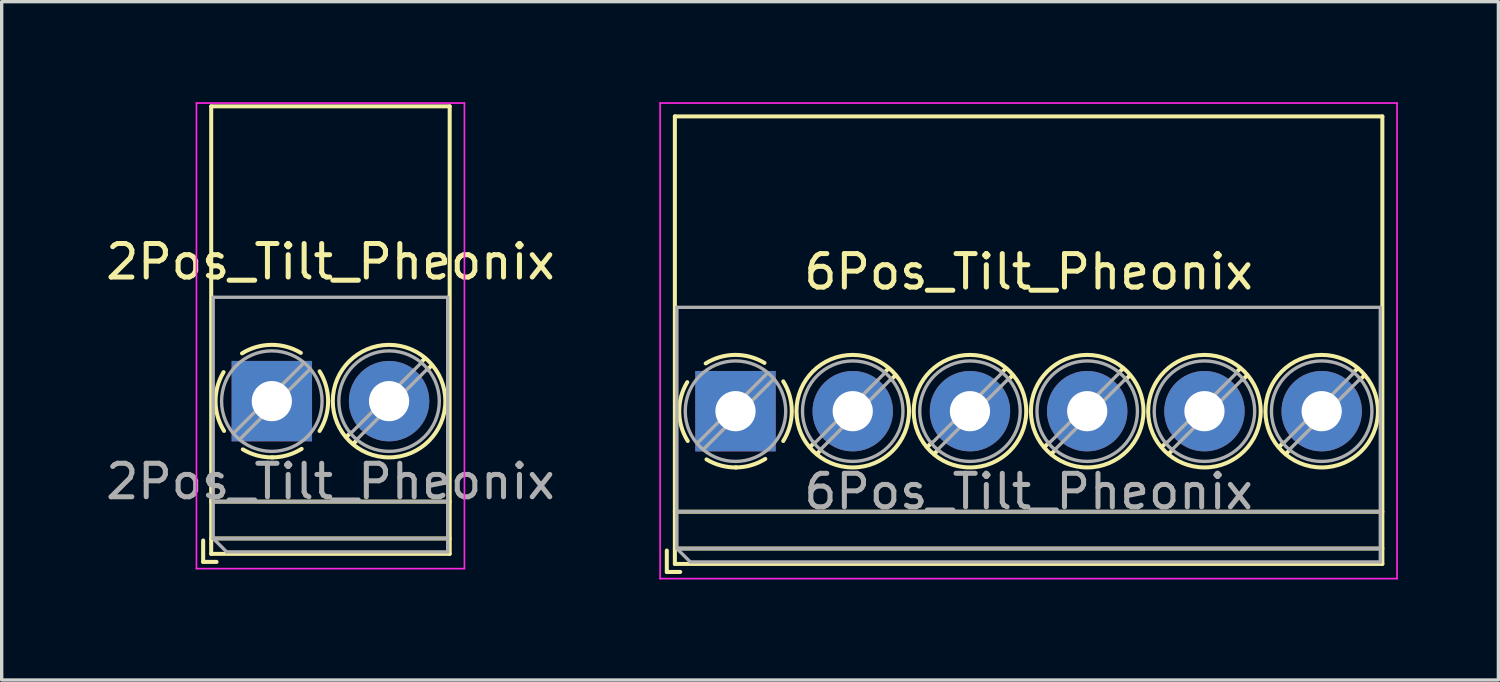
<source format=kicad_pcb>
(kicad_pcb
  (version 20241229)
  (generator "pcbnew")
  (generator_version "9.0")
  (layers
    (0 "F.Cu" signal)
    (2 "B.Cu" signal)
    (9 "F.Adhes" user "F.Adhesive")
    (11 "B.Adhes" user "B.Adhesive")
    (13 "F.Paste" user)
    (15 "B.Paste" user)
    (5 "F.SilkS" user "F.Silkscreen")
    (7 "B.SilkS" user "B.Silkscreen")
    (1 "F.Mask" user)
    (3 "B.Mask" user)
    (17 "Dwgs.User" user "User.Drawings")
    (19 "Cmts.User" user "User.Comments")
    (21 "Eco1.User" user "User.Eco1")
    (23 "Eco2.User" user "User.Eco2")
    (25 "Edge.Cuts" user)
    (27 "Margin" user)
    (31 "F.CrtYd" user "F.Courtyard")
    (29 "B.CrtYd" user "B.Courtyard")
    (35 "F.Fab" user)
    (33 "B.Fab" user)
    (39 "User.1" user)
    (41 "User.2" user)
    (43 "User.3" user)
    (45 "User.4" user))
  (footprint "6Pos_Tilt_Pheonix"
    (layer "F.Cu")
    (at 18.907 9.225)
    (property "Reference" "6Pos_Tilt_Pheonix" (at 8.75 -4.16 0) (layer "F.SilkS") (effects (font (size 1 1) (thickness 0.15))))
    (attr through_hole)
    (fp_line (start -2.05 4.16) (end -2.05 4.8) (stroke (width 0.12) (type solid)) (layer "F.SilkS"))
    (fp_line (start -2.05 4.8) (end -1.65 4.8) (stroke (width 0.12) (type solid)) (layer "F.SilkS"))
    (fp_line (start -1.81 -8.8) (end -1.81 4.56) (stroke (width 0.12) (type solid)) (layer "F.SilkS"))
    (fp_line (start -1.81 -8.8) (end 19.311 -8.8) (stroke (width 0.12) (type solid)) (layer "F.SilkS"))
    (fp_line (start -1.81 3) (end 19.311 3) (stroke (width 0.12) (type solid)) (layer "F.SilkS"))
    (fp_line (start -1.81 4.1) (end 19.311 4.1) (stroke (width 0.12) (type solid)) (layer "F.SilkS"))
    (fp_line (start -1.81 4.56) (end 19.311 4.56) (stroke (width 0.12) (type solid)) (layer "F.SilkS"))
    (fp_line (start 2.355 0.941) (end 2.226 1.069) (stroke (width 0.12) (type solid)) (layer "F.SilkS"))
    (fp_line (start 2.525 1.181) (end 2.431 1.274) (stroke (width 0.12) (type solid)) (layer "F.SilkS"))
    (fp_line (start 4.57 -1.275) (end 4.476 -1.181) (stroke (width 0.12) (type solid)) (layer "F.SilkS"))
    (fp_line (start 4.775 -1.069) (end 4.646 -0.941) (stroke (width 0.12) (type solid)) (layer "F.SilkS"))
    (fp_line (start 5.855 0.941) (end 5.726 1.069) (stroke (width 0.12) (type solid)) (layer "F.SilkS"))
    (fp_line (start 6.025 1.181) (end 5.931 1.274) (stroke (width 0.12) (type solid)) (layer "F.SilkS"))
    (fp_line (start 8.07 -1.275) (end 7.976 -1.181) (stroke (width 0.12) (type solid)) (layer "F.SilkS"))
    (fp_line (start 8.275 -1.069) (end 8.146 -0.941) (stroke (width 0.12) (type solid)) (layer "F.SilkS"))
    (fp_line (start 9.355 0.941) (end 9.226 1.069) (stroke (width 0.12) (type solid)) (layer "F.SilkS"))
    (fp_line (start 9.525 1.181) (end 9.431 1.274) (stroke (width 0.12) (type solid)) (layer "F.SilkS"))
    (fp_line (start 11.57 -1.275) (end 11.476 -1.181) (stroke (width 0.12) (type solid)) (layer "F.SilkS"))
    (fp_line (start 11.775 -1.069) (end 11.646 -0.941) (stroke (width 0.12) (type solid)) (layer "F.SilkS"))
    (fp_line (start 12.855 0.941) (end 12.726 1.069) (stroke (width 0.12) (type solid)) (layer "F.SilkS"))
    (fp_line (start 13.025 1.181) (end 12.931 1.274) (stroke (width 0.12) (type solid)) (layer "F.SilkS"))
    (fp_line (start 15.07 -1.275) (end 14.976 -1.181) (stroke (width 0.12) (type solid)) (layer "F.SilkS"))
    (fp_line (start 15.275 -1.069) (end 15.146 -0.941) (stroke (width 0.12) (type solid)) (layer "F.SilkS"))
    (fp_line (start 16.355 0.941) (end 16.226 1.069) (stroke (width 0.12) (type solid)) (layer "F.SilkS"))
    (fp_line (start 16.525 1.181) (end 16.431 1.274) (stroke (width 0.12) (type solid)) (layer "F.SilkS"))
    (fp_line (start 18.57 -1.275) (end 18.476 -1.181) (stroke (width 0.12) (type solid)) (layer "F.SilkS"))
    (fp_line (start 18.775 -1.069) (end 18.646 -0.941) (stroke (width 0.12) (type solid)) (layer "F.SilkS"))
    (fp_line (start 19.311 -8.8) (end 19.311 4.56) (stroke (width 0.12) (type solid)) (layer "F.SilkS"))
    (fp_arc (start -1.425358 0.889894) (mid -1.680286 0.014012) (end -1.44 -0.866) (stroke (width 0.12) (type solid)) (layer "F.SilkS"))
    (fp_arc (start -0.889894 -1.425358) (mid -0.014012 -1.680286) (end 0.866 -1.44) (stroke (width 0.12) (type solid)) (layer "F.SilkS"))
    (fp_arc (start 0.028674 1.680099) (mid -0.435535 1.622918) (end -0.866 1.44) (stroke (width 0.12) (type solid)) (layer "F.SilkS"))
    (fp_arc (start 0.890264 1.424721) (mid 0.463071 1.61492) (end 0 1.68) (stroke (width 0.12) (type solid)) (layer "F.SilkS"))
    (fp_arc (start 1.425504 -0.890193) (mid 1.680626 0.000476) (end 1.425 0.891) (stroke (width 0.12) (type solid)) (layer "F.SilkS"))
    (fp_circle (center 3.5 0) (end 5.18 0) (stroke (width 0.12) (type solid)) (fill no) (layer "F.SilkS"))
    (fp_circle (center 7 0) (end 8.68 0) (stroke (width 0.12) (type solid)) (fill no) (layer "F.SilkS"))
    (fp_circle (center 10.5 0) (end 12.18 0) (stroke (width 0.12) (type solid)) (fill no) (layer "F.SilkS"))
    (fp_circle (center 14 0) (end 15.68 0) (stroke (width 0.12) (type solid)) (fill no) (layer "F.SilkS"))
    (fp_circle (center 17.5 0) (end 19.18 0) (stroke (width 0.12) (type solid)) (fill no) (layer "F.SilkS"))
    (fp_line (start -2.25 -9.2) (end -2.25 5) (stroke (width 0.05) (type solid)) (layer "F.CrtYd"))
    (fp_line (start -2.25 5) (end 19.75 5) (stroke (width 0.05) (type solid)) (layer "F.CrtYd"))
    (fp_line (start 19.748 -9.2) (end -2.252 -9.2) (stroke (width 0.05) (type solid)) (layer "F.CrtYd"))
    (fp_line (start 19.75 5) (end 19.75 -9.2) (stroke (width 0.05) (type solid)) (layer "F.CrtYd"))
    (fp_line (start -1.75 -3.1) (end 19.25 -3.1) (stroke (width 0.1) (type solid)) (layer "F.Fab"))
    (fp_line (start -1.75 3) (end 19.25 3) (stroke (width 0.1) (type solid)) (layer "F.Fab"))
    (fp_line (start -1.75 4.1) (end -1.75 -3.1) (stroke (width 0.1) (type solid)) (layer "F.Fab"))
    (fp_line (start -1.75 4.1) (end 19.25 4.1) (stroke (width 0.1) (type solid)) (layer "F.Fab"))
    (fp_line (start -1.35 4.5) (end -1.75 4.1) (stroke (width 0.1) (type solid)) (layer "F.Fab"))
    (fp_line (start 0.955 -1.138) (end -1.138 0.955) (stroke (width 0.1) (type solid)) (layer "F.Fab"))
    (fp_line (start 1.138 -0.955) (end -0.955 1.138) (stroke (width 0.1) (type solid)) (layer "F.Fab"))
    (fp_line (start 4.455 -1.138) (end 2.363 0.955) (stroke (width 0.1) (type solid)) (layer "F.Fab"))
    (fp_line (start 4.638 -0.955) (end 2.546 1.138) (stroke (width 0.1) (type solid)) (layer "F.Fab"))
    (fp_line (start 7.955 -1.138) (end 5.863 0.955) (stroke (width 0.1) (type solid)) (layer "F.Fab"))
    (fp_line (start 8.138 -0.955) (end 6.046 1.138) (stroke (width 0.1) (type solid)) (layer "F.Fab"))
    (fp_line (start 11.455 -1.138) (end 9.363 0.955) (stroke (width 0.1) (type solid)) (layer "F.Fab"))
    (fp_line (start 11.638 -0.955) (end 9.546 1.138) (stroke (width 0.1) (type solid)) (layer "F.Fab"))
    (fp_line (start 14.955 -1.138) (end 12.863 0.955) (stroke (width 0.1) (type solid)) (layer "F.Fab"))
    (fp_line (start 15.138 -0.955) (end 13.046 1.138) (stroke (width 0.1) (type solid)) (layer "F.Fab"))
    (fp_line (start 18.455 -1.138) (end 16.363 0.955) (stroke (width 0.1) (type solid)) (layer "F.Fab"))
    (fp_line (start 18.638 -0.955) (end 16.546 1.138) (stroke (width 0.1) (type solid)) (layer "F.Fab"))
    (fp_line (start 19.25 -3.1) (end 19.25 4.5) (stroke (width 0.1) (type solid)) (layer "F.Fab"))
    (fp_line (start 19.25 4.5) (end -1.35 4.5) (stroke (width 0.1) (type solid)) (layer "F.Fab"))
    (fp_circle (center 0 0) (end 1.5 0) (stroke (width 0.1) (type solid)) (fill no) (layer "F.Fab"))
    (fp_circle (center 3.5 0) (end 5 0) (stroke (width 0.1) (type solid)) (fill no) (layer "F.Fab"))
    (fp_circle (center 7 0) (end 8.5 0) (stroke (width 0.1) (type solid)) (fill no) (layer "F.Fab"))
    (fp_circle (center 10.5 0) (end 12 0) (stroke (width 0.1) (type solid)) (fill no) (layer "F.Fab"))
    (fp_circle (center 14 0) (end 15.5 0) (stroke (width 0.1) (type solid)) (fill no) (layer "F.Fab"))
    (fp_circle (center 17.5 0) (end 19 0) (stroke (width 0.1) (type solid)) (fill no) (layer "F.Fab"))
    (fp_text user "${REFERENCE}" (at 8.75 2.4 0) (layer "F.Fab") (effects (font (size 1 1) (thickness 0.15))))
    (pad "1" thru_hole rect (at 0 0) (size 2.4 2.4) (drill 1.2) (layers "*.Cu" "*.Mask"))
    (pad "2" thru_hole circle (at 3.5 0) (size 2.4 2.4) (drill 1.2) (layers "*.Cu" "*.Mask"))
    (pad "3" thru_hole circle (at 7 0) (size 2.4 2.4) (drill 1.2) (layers "*.Cu" "*.Mask"))
    (pad "4" thru_hole circle (at 10.5 0) (size 2.4 2.4) (drill 1.2) (layers "*.Cu" "*.Mask"))
    (pad "5" thru_hole circle (at 14 0) (size 2.4 2.4) (drill 1.2) (layers "*.Cu" "*.Mask"))
    (pad "6" thru_hole circle (at 17.5 0) (size 2.4 2.4) (drill 1.2) (layers "*.Cu" "*.Mask")))
  (footprint "2Pos_Tilt_Pheonix"
    (layer "F.Cu")
    (at 5.065 8.925)
    (property "Reference" "2Pos_Tilt_Pheonix" (at 1.75 -4.16 0) (layer "F.SilkS") (effects (font (size 1 1) (thickness 0.15))))
    (attr through_hole)
    (fp_line (start -2.05 4.16) (end -2.05 4.8) (stroke (width 0.12) (type solid)) (layer "F.SilkS"))
    (fp_line (start -2.05 4.8) (end -1.65 4.8) (stroke (width 0.12) (type solid)) (layer "F.SilkS"))
    (fp_line (start -1.81 -8.8) (end -1.81 4.56) (stroke (width 0.12) (type solid)) (layer "F.SilkS"))
    (fp_line (start -1.81 -8.8) (end 5.31 -8.8) (stroke (width 0.12) (type solid)) (layer "F.SilkS"))
    (fp_line (start -1.81 3) (end 5.31 3) (stroke (width 0.12) (type solid)) (layer "F.SilkS"))
    (fp_line (start -1.81 4.1) (end 5.31 4.1) (stroke (width 0.12) (type solid)) (layer "F.SilkS"))
    (fp_line (start -1.81 4.56) (end 5.31 4.56) (stroke (width 0.12) (type solid)) (layer "F.SilkS"))
    (fp_line (start 2.355 0.941) (end 2.226 1.069) (stroke (width 0.12) (type solid)) (layer "F.SilkS"))
    (fp_line (start 2.525 1.181) (end 2.431 1.274) (stroke (width 0.12) (type solid)) (layer "F.SilkS"))
    (fp_line (start 4.57 -1.275) (end 4.476 -1.181) (stroke (width 0.12) (type solid)) (layer "F.SilkS"))
    (fp_line (start 4.775 -1.069) (end 4.646 -0.941) (stroke (width 0.12) (type solid)) (layer "F.SilkS"))
    (fp_line (start 5.31 -8.8) (end 5.31 4.56) (stroke (width 0.12) (type solid)) (layer "F.SilkS"))
    (fp_arc (start -1.425358 0.889894) (mid -1.680286 0.014012) (end -1.44 -0.866) (stroke (width 0.12) (type solid)) (layer "F.SilkS"))
    (fp_arc (start -0.889894 -1.425358) (mid -0.014012 -1.680286) (end 0.866 -1.44) (stroke (width 0.12) (type solid)) (layer "F.SilkS"))
    (fp_arc (start 0.028674 1.680099) (mid -0.435535 1.622918) (end -0.866 1.44) (stroke (width 0.12) (type solid)) (layer "F.SilkS"))
    (fp_arc (start 0.890264 1.424721) (mid 0.463071 1.61492) (end 0 1.68) (stroke (width 0.12) (type solid)) (layer "F.SilkS"))
    (fp_arc (start 1.425504 -0.890193) (mid 1.680626 0.000476) (end 1.425 0.891) (stroke (width 0.12) (type solid)) (layer "F.SilkS"))
    (fp_circle (center 3.5 0) (end 5.18 0) (stroke (width 0.12) (type solid)) (fill no) (layer "F.SilkS"))
    (fp_line (start -2.25 -8.9) (end -2.25 5) (stroke (width 0.05) (type solid)) (layer "F.CrtYd"))
    (fp_line (start -2.25 5) (end 5.75 5) (stroke (width 0.05) (type solid)) (layer "F.CrtYd"))
    (fp_line (start 5.75 -8.9) (end -2.25 -8.9) (stroke (width 0.05) (type solid)) (layer "F.CrtYd"))
    (fp_line (start 5.75 5) (end 5.75 -8.9) (stroke (width 0.05) (type solid)) (layer "F.CrtYd"))
    (fp_line (start -1.75 -3.1) (end 5.25 -3.1) (stroke (width 0.1) (type solid)) (layer "F.Fab"))
    (fp_line (start -1.75 3) (end 5.25 3) (stroke (width 0.1) (type solid)) (layer "F.Fab"))
    (fp_line (start -1.75 4.1) (end -1.75 -3.1) (stroke (width 0.1) (type solid)) (layer "F.Fab"))
    (fp_line (start -1.75 4.1) (end 5.25 4.1) (stroke (width 0.1) (type solid)) (layer "F.Fab"))
    (fp_line (start -1.35 4.5) (end -1.75 4.1) (stroke (width 0.1) (type solid)) (layer "F.Fab"))
    (fp_line (start 0.955 -1.138) (end -1.138 0.955) (stroke (width 0.1) (type solid)) (layer "F.Fab"))
    (fp_line (start 1.138 -0.955) (end -0.955 1.138) (stroke (width 0.1) (type solid)) (layer "F.Fab"))
    (fp_line (start 4.455 -1.138) (end 2.363 0.955) (stroke (width 0.1) (type solid)) (layer "F.Fab"))
    (fp_line (start 4.638 -0.955) (end 2.546 1.138) (stroke (width 0.1) (type solid)) (layer "F.Fab"))
    (fp_line (start 5.25 -3.1) (end 5.25 4.5) (stroke (width 0.1) (type solid)) (layer "F.Fab"))
    (fp_line (start 5.25 4.5) (end -1.35 4.5) (stroke (width 0.1) (type solid)) (layer "F.Fab"))
    (fp_circle (center 0 0) (end 1.5 0) (stroke (width 0.1) (type solid)) (fill no) (layer "F.Fab"))
    (fp_circle (center 3.5 0) (end 5 0) (stroke (width 0.1) (type solid)) (fill no) (layer "F.Fab"))
    (fp_text user "${REFERENCE}" (at 1.75 2.4 0) (layer "F.Fab") (effects (font (size 1 1) (thickness 0.15))))
    (pad "1" thru_hole rect (at 0 0) (size 2.4 2.4) (drill 1.2) (layers "*.Cu" "*.Mask"))
    (pad "2" thru_hole circle (at 3.5 0) (size 2.4 2.4) (drill 1.2) (layers "*.Cu" "*.Mask")))
  (gr_rect
    (start -3 -3)
    (end 41.682 17.25)
    (stroke (width 0.1) (type default))
    (fill no)
    (layer "Edge.Cuts")))
</source>
